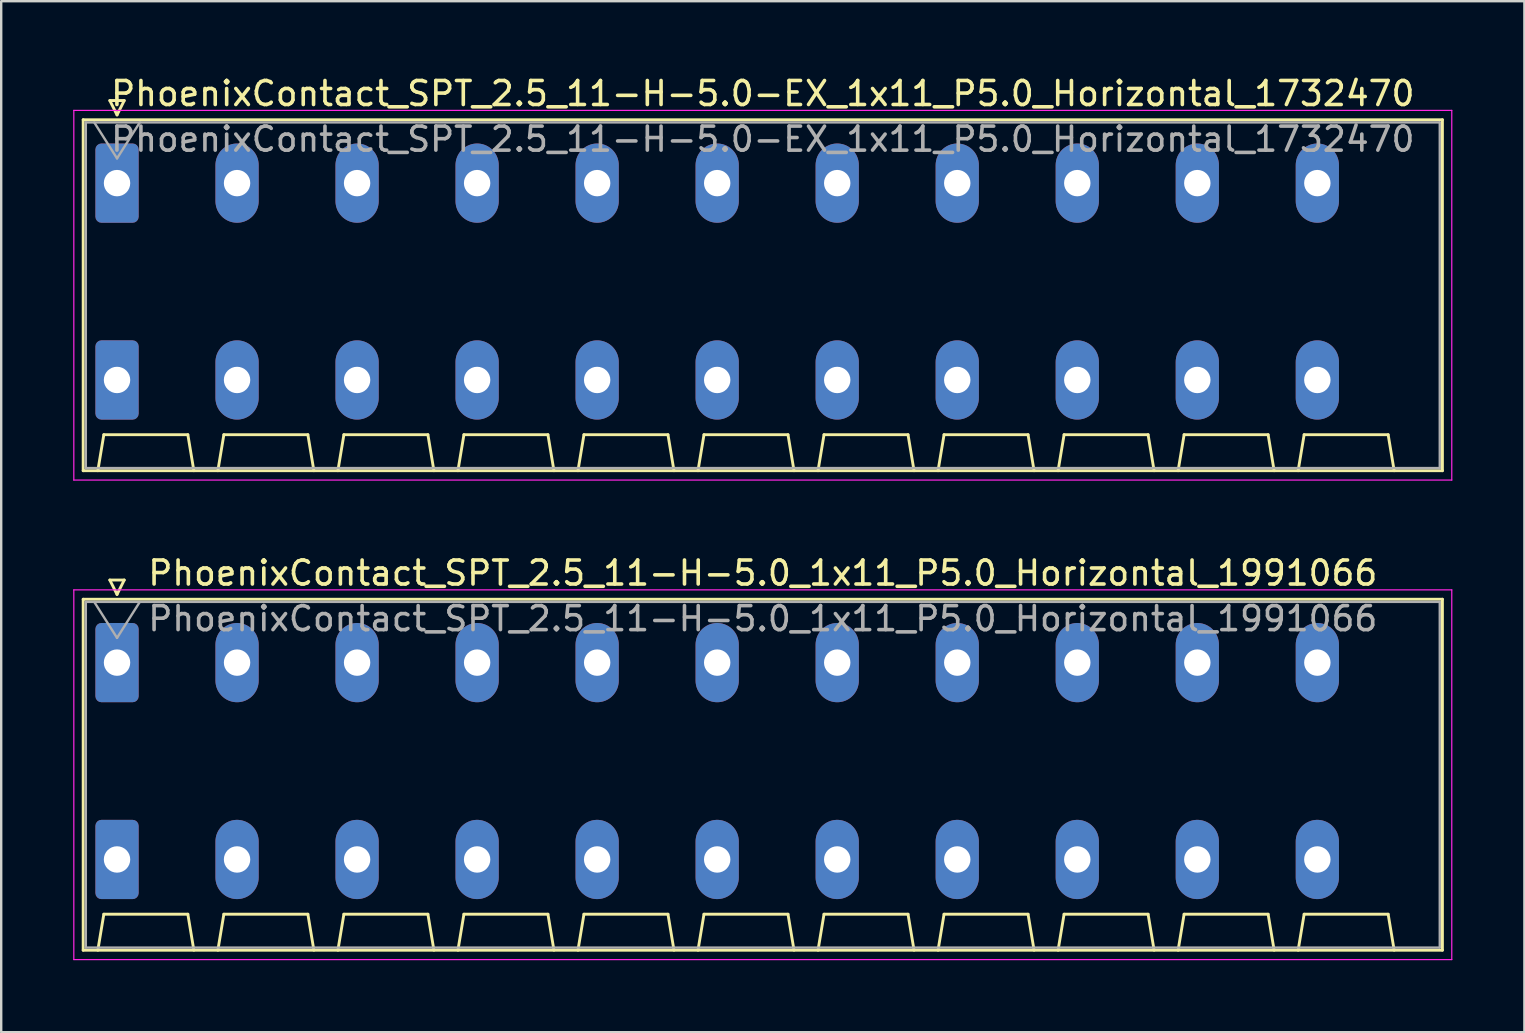
<source format=kicad_pcb>
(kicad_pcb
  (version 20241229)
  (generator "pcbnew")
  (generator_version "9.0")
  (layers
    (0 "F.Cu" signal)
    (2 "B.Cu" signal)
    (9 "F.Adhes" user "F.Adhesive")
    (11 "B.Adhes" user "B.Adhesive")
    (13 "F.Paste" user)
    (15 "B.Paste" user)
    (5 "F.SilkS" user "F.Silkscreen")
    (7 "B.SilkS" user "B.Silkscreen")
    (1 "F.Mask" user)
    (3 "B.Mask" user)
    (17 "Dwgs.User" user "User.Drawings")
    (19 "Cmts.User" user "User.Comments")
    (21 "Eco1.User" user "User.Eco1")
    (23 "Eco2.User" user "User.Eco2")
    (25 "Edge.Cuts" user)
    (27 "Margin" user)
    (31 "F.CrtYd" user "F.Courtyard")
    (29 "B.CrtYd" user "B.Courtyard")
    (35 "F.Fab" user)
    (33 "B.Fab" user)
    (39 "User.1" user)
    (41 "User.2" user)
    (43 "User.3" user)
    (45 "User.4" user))
  (footprint "PhoenixContact_SPT_2.5_11-H-5.0-EX_1x11_P5.0_Horizontal_1732470"
    (layer "F.Cu")
    (at 1.825 4.578)
    (property "Reference" "PhoenixContact_SPT_2.5_11-H-5.0-EX_1x11_P5.0_Horizontal_1732470" (at 26.9 -3.73 0) (layer "F.SilkS") (effects (font (size 1 1) (thickness 0.15))))
    (attr through_hole)
    (fp_line (start -1.41 -2.64) (end 55.21 -2.64) (stroke (width 0.12) (type solid)) (layer "F.SilkS"))
    (fp_line (start -1.41 11.98) (end -1.41 -2.64) (stroke (width 0.12) (type solid)) (layer "F.SilkS"))
    (fp_line (start -0.8 11.98) (end -0.55 10.48) (stroke (width 0.12) (type solid)) (layer "F.SilkS"))
    (fp_line (start -0.55 10.48) (end 2.95 10.48) (stroke (width 0.12) (type solid)) (layer "F.SilkS"))
    (fp_line (start -0.3 -3.44) (end 0 -2.84) (stroke (width 0.12) (type solid)) (layer "F.SilkS"))
    (fp_line (start -0.3 -3.44) (end 0.3 -3.44) (stroke (width 0.12) (type solid)) (layer "F.SilkS"))
    (fp_line (start 0.3 -3.44) (end 0 -2.84) (stroke (width 0.12) (type solid)) (layer "F.SilkS"))
    (fp_line (start 3.2 11.98) (end 2.95 10.48) (stroke (width 0.12) (type solid)) (layer "F.SilkS"))
    (fp_line (start 4.2 11.98) (end 4.45 10.48) (stroke (width 0.12) (type solid)) (layer "F.SilkS"))
    (fp_line (start 4.45 10.48) (end 7.95 10.48) (stroke (width 0.12) (type solid)) (layer "F.SilkS"))
    (fp_line (start 8.2 11.98) (end 7.95 10.48) (stroke (width 0.12) (type solid)) (layer "F.SilkS"))
    (fp_line (start 9.2 11.98) (end 9.45 10.48) (stroke (width 0.12) (type solid)) (layer "F.SilkS"))
    (fp_line (start 9.45 10.48) (end 12.95 10.48) (stroke (width 0.12) (type solid)) (layer "F.SilkS"))
    (fp_line (start 13.2 11.98) (end 12.95 10.48) (stroke (width 0.12) (type solid)) (layer "F.SilkS"))
    (fp_line (start 14.2 11.98) (end 14.45 10.48) (stroke (width 0.12) (type solid)) (layer "F.SilkS"))
    (fp_line (start 14.45 10.48) (end 17.95 10.48) (stroke (width 0.12) (type solid)) (layer "F.SilkS"))
    (fp_line (start 18.2 11.98) (end 17.95 10.48) (stroke (width 0.12) (type solid)) (layer "F.SilkS"))
    (fp_line (start 19.2 11.98) (end 19.45 10.48) (stroke (width 0.12) (type solid)) (layer "F.SilkS"))
    (fp_line (start 19.45 10.48) (end 22.95 10.48) (stroke (width 0.12) (type solid)) (layer "F.SilkS"))
    (fp_line (start 23.2 11.98) (end 22.95 10.48) (stroke (width 0.12) (type solid)) (layer "F.SilkS"))
    (fp_line (start 24.2 11.98) (end 24.45 10.48) (stroke (width 0.12) (type solid)) (layer "F.SilkS"))
    (fp_line (start 24.45 10.48) (end 27.95 10.48) (stroke (width 0.12) (type solid)) (layer "F.SilkS"))
    (fp_line (start 28.2 11.98) (end 27.95 10.48) (stroke (width 0.12) (type solid)) (layer "F.SilkS"))
    (fp_line (start 29.2 11.98) (end 29.45 10.48) (stroke (width 0.12) (type solid)) (layer "F.SilkS"))
    (fp_line (start 29.45 10.48) (end 32.95 10.48) (stroke (width 0.12) (type solid)) (layer "F.SilkS"))
    (fp_line (start 33.2 11.98) (end 32.95 10.48) (stroke (width 0.12) (type solid)) (layer "F.SilkS"))
    (fp_line (start 34.2 11.98) (end 34.45 10.48) (stroke (width 0.12) (type solid)) (layer "F.SilkS"))
    (fp_line (start 34.45 10.48) (end 37.95 10.48) (stroke (width 0.12) (type solid)) (layer "F.SilkS"))
    (fp_line (start 38.2 11.98) (end 37.95 10.48) (stroke (width 0.12) (type solid)) (layer "F.SilkS"))
    (fp_line (start 39.2 11.98) (end 39.45 10.48) (stroke (width 0.12) (type solid)) (layer "F.SilkS"))
    (fp_line (start 39.45 10.48) (end 42.95 10.48) (stroke (width 0.12) (type solid)) (layer "F.SilkS"))
    (fp_line (start 43.2 11.98) (end 42.95 10.48) (stroke (width 0.12) (type solid)) (layer "F.SilkS"))
    (fp_line (start 44.2 11.98) (end 44.45 10.48) (stroke (width 0.12) (type solid)) (layer "F.SilkS"))
    (fp_line (start 44.45 10.48) (end 47.95 10.48) (stroke (width 0.12) (type solid)) (layer "F.SilkS"))
    (fp_line (start 48.2 11.98) (end 47.95 10.48) (stroke (width 0.12) (type solid)) (layer "F.SilkS"))
    (fp_line (start 49.2 11.98) (end 49.45 10.48) (stroke (width 0.12) (type solid)) (layer "F.SilkS"))
    (fp_line (start 49.45 10.48) (end 52.95 10.48) (stroke (width 0.12) (type solid)) (layer "F.SilkS"))
    (fp_line (start 53.2 11.98) (end 52.95 10.48) (stroke (width 0.12) (type solid)) (layer "F.SilkS"))
    (fp_line (start 55.21 -2.64) (end 55.21 11.98) (stroke (width 0.12) (type solid)) (layer "F.SilkS"))
    (fp_line (start 55.21 11.98) (end -1.41 11.98) (stroke (width 0.12) (type solid)) (layer "F.SilkS"))
    (fp_line (start -1.8 -3.03) (end -1.8 12.37) (stroke (width 0.05) (type solid)) (layer "F.CrtYd"))
    (fp_line (start -1.8 12.37) (end 55.6 12.37) (stroke (width 0.05) (type solid)) (layer "F.CrtYd"))
    (fp_line (start 55.6 -3.03) (end -1.8 -3.03) (stroke (width 0.05) (type solid)) (layer "F.CrtYd"))
    (fp_line (start 55.6 12.37) (end 55.6 -3.03) (stroke (width 0.05) (type solid)) (layer "F.CrtYd"))
    (fp_line (start -1.3 -2.53) (end -1.3 11.87) (stroke (width 0.1) (type solid)) (layer "F.Fab"))
    (fp_line (start -1.3 11.87) (end 55.1 11.87) (stroke (width 0.1) (type solid)) (layer "F.Fab"))
    (fp_line (start -0.95 -2.53) (end 0 -1.03) (stroke (width 0.1) (type solid)) (layer "F.Fab"))
    (fp_line (start 0.95 -2.53) (end 0 -1.03) (stroke (width 0.1) (type solid)) (layer "F.Fab"))
    (fp_line (start 55.1 -2.53) (end -1.3 -2.53) (stroke (width 0.1) (type solid)) (layer "F.Fab"))
    (fp_line (start 55.1 11.87) (end 55.1 -2.53) (stroke (width 0.1) (type solid)) (layer "F.Fab"))
    (fp_text user "${REFERENCE}" (at 26.9 -1.83 0) (layer "F.Fab") (effects (font (size 1 1) (thickness 0.15))))
    (pad "1" thru_hole roundrect (at 0 0) (size 1.8 3.3) (drill 1.1) (layers "*.Cu" "*.Mask") (roundrect_rratio 0.139))
    (pad "1" thru_hole roundrect (at 0 8.2) (size 1.8 3.3) (drill 1.1) (layers "*.Cu" "*.Mask") (roundrect_rratio 0.139))
    (pad "2" thru_hole oval (at 5 0) (size 1.8 3.3) (drill 1.1) (layers "*.Cu" "*.Mask"))
    (pad "2" thru_hole oval (at 5 8.2) (size 1.8 3.3) (drill 1.1) (layers "*.Cu" "*.Mask"))
    (pad "3" thru_hole oval (at 10 0) (size 1.8 3.3) (drill 1.1) (layers "*.Cu" "*.Mask"))
    (pad "3" thru_hole oval (at 10 8.2) (size 1.8 3.3) (drill 1.1) (layers "*.Cu" "*.Mask"))
    (pad "4" thru_hole oval (at 15 0) (size 1.8 3.3) (drill 1.1) (layers "*.Cu" "*.Mask"))
    (pad "4" thru_hole oval (at 15 8.2) (size 1.8 3.3) (drill 1.1) (layers "*.Cu" "*.Mask"))
    (pad "5" thru_hole oval (at 20 0) (size 1.8 3.3) (drill 1.1) (layers "*.Cu" "*.Mask"))
    (pad "5" thru_hole oval (at 20 8.2) (size 1.8 3.3) (drill 1.1) (layers "*.Cu" "*.Mask"))
    (pad "6" thru_hole oval (at 25 0) (size 1.8 3.3) (drill 1.1) (layers "*.Cu" "*.Mask"))
    (pad "6" thru_hole oval (at 25 8.2) (size 1.8 3.3) (drill 1.1) (layers "*.Cu" "*.Mask"))
    (pad "7" thru_hole oval (at 30 0) (size 1.8 3.3) (drill 1.1) (layers "*.Cu" "*.Mask"))
    (pad "7" thru_hole oval (at 30 8.2) (size 1.8 3.3) (drill 1.1) (layers "*.Cu" "*.Mask"))
    (pad "8" thru_hole oval (at 35 0) (size 1.8 3.3) (drill 1.1) (layers "*.Cu" "*.Mask"))
    (pad "8" thru_hole oval (at 35 8.2) (size 1.8 3.3) (drill 1.1) (layers "*.Cu" "*.Mask"))
    (pad "9" thru_hole oval (at 40 0) (size 1.8 3.3) (drill 1.1) (layers "*.Cu" "*.Mask"))
    (pad "9" thru_hole oval (at 40 8.2) (size 1.8 3.3) (drill 1.1) (layers "*.Cu" "*.Mask"))
    (pad "10" thru_hole oval (at 45 0) (size 1.8 3.3) (drill 1.1) (layers "*.Cu" "*.Mask"))
    (pad "10" thru_hole oval (at 45 8.2) (size 1.8 3.3) (drill 1.1) (layers "*.Cu" "*.Mask"))
    (pad "11" thru_hole oval (at 50 0) (size 1.8 3.3) (drill 1.1) (layers "*.Cu" "*.Mask"))
    (pad "11" thru_hole oval (at 50 8.2) (size 1.8 3.3) (drill 1.1) (layers "*.Cu" "*.Mask")))
  (footprint "PhoenixContact_SPT_2.5_11-H-5.0_1x11_P5.0_Horizontal_1991066"
    (layer "F.Cu")
    (at 1.825 24.552)
    (property "Reference" "PhoenixContact_SPT_2.5_11-H-5.0_1x11_P5.0_Horizontal_1991066" (at 26.9 -3.73 0) (layer "F.SilkS") (effects (font (size 1 1) (thickness 0.15))))
    (attr through_hole)
    (fp_line (start -1.41 -2.64) (end 55.21 -2.64) (stroke (width 0.12) (type solid)) (layer "F.SilkS"))
    (fp_line (start -1.41 11.98) (end -1.41 -2.64) (stroke (width 0.12) (type solid)) (layer "F.SilkS"))
    (fp_line (start -0.8 11.98) (end -0.55 10.48) (stroke (width 0.12) (type solid)) (layer "F.SilkS"))
    (fp_line (start -0.55 10.48) (end 2.95 10.48) (stroke (width 0.12) (type solid)) (layer "F.SilkS"))
    (fp_line (start -0.3 -3.44) (end 0 -2.84) (stroke (width 0.12) (type solid)) (layer "F.SilkS"))
    (fp_line (start -0.3 -3.44) (end 0.3 -3.44) (stroke (width 0.12) (type solid)) (layer "F.SilkS"))
    (fp_line (start 0.3 -3.44) (end 0 -2.84) (stroke (width 0.12) (type solid)) (layer "F.SilkS"))
    (fp_line (start 3.2 11.98) (end 2.95 10.48) (stroke (width 0.12) (type solid)) (layer "F.SilkS"))
    (fp_line (start 4.2 11.98) (end 4.45 10.48) (stroke (width 0.12) (type solid)) (layer "F.SilkS"))
    (fp_line (start 4.45 10.48) (end 7.95 10.48) (stroke (width 0.12) (type solid)) (layer "F.SilkS"))
    (fp_line (start 8.2 11.98) (end 7.95 10.48) (stroke (width 0.12) (type solid)) (layer "F.SilkS"))
    (fp_line (start 9.2 11.98) (end 9.45 10.48) (stroke (width 0.12) (type solid)) (layer "F.SilkS"))
    (fp_line (start 9.45 10.48) (end 12.95 10.48) (stroke (width 0.12) (type solid)) (layer "F.SilkS"))
    (fp_line (start 13.2 11.98) (end 12.95 10.48) (stroke (width 0.12) (type solid)) (layer "F.SilkS"))
    (fp_line (start 14.2 11.98) (end 14.45 10.48) (stroke (width 0.12) (type solid)) (layer "F.SilkS"))
    (fp_line (start 14.45 10.48) (end 17.95 10.48) (stroke (width 0.12) (type solid)) (layer "F.SilkS"))
    (fp_line (start 18.2 11.98) (end 17.95 10.48) (stroke (width 0.12) (type solid)) (layer "F.SilkS"))
    (fp_line (start 19.2 11.98) (end 19.45 10.48) (stroke (width 0.12) (type solid)) (layer "F.SilkS"))
    (fp_line (start 19.45 10.48) (end 22.95 10.48) (stroke (width 0.12) (type solid)) (layer "F.SilkS"))
    (fp_line (start 23.2 11.98) (end 22.95 10.48) (stroke (width 0.12) (type solid)) (layer "F.SilkS"))
    (fp_line (start 24.2 11.98) (end 24.45 10.48) (stroke (width 0.12) (type solid)) (layer "F.SilkS"))
    (fp_line (start 24.45 10.48) (end 27.95 10.48) (stroke (width 0.12) (type solid)) (layer "F.SilkS"))
    (fp_line (start 28.2 11.98) (end 27.95 10.48) (stroke (width 0.12) (type solid)) (layer "F.SilkS"))
    (fp_line (start 29.2 11.98) (end 29.45 10.48) (stroke (width 0.12) (type solid)) (layer "F.SilkS"))
    (fp_line (start 29.45 10.48) (end 32.95 10.48) (stroke (width 0.12) (type solid)) (layer "F.SilkS"))
    (fp_line (start 33.2 11.98) (end 32.95 10.48) (stroke (width 0.12) (type solid)) (layer "F.SilkS"))
    (fp_line (start 34.2 11.98) (end 34.45 10.48) (stroke (width 0.12) (type solid)) (layer "F.SilkS"))
    (fp_line (start 34.45 10.48) (end 37.95 10.48) (stroke (width 0.12) (type solid)) (layer "F.SilkS"))
    (fp_line (start 38.2 11.98) (end 37.95 10.48) (stroke (width 0.12) (type solid)) (layer "F.SilkS"))
    (fp_line (start 39.2 11.98) (end 39.45 10.48) (stroke (width 0.12) (type solid)) (layer "F.SilkS"))
    (fp_line (start 39.45 10.48) (end 42.95 10.48) (stroke (width 0.12) (type solid)) (layer "F.SilkS"))
    (fp_line (start 43.2 11.98) (end 42.95 10.48) (stroke (width 0.12) (type solid)) (layer "F.SilkS"))
    (fp_line (start 44.2 11.98) (end 44.45 10.48) (stroke (width 0.12) (type solid)) (layer "F.SilkS"))
    (fp_line (start 44.45 10.48) (end 47.95 10.48) (stroke (width 0.12) (type solid)) (layer "F.SilkS"))
    (fp_line (start 48.2 11.98) (end 47.95 10.48) (stroke (width 0.12) (type solid)) (layer "F.SilkS"))
    (fp_line (start 49.2 11.98) (end 49.45 10.48) (stroke (width 0.12) (type solid)) (layer "F.SilkS"))
    (fp_line (start 49.45 10.48) (end 52.95 10.48) (stroke (width 0.12) (type solid)) (layer "F.SilkS"))
    (fp_line (start 53.2 11.98) (end 52.95 10.48) (stroke (width 0.12) (type solid)) (layer "F.SilkS"))
    (fp_line (start 55.21 -2.64) (end 55.21 11.98) (stroke (width 0.12) (type solid)) (layer "F.SilkS"))
    (fp_line (start 55.21 11.98) (end -1.41 11.98) (stroke (width 0.12) (type solid)) (layer "F.SilkS"))
    (fp_line (start -1.8 -3.03) (end -1.8 12.37) (stroke (width 0.05) (type solid)) (layer "F.CrtYd"))
    (fp_line (start -1.8 12.37) (end 55.6 12.37) (stroke (width 0.05) (type solid)) (layer "F.CrtYd"))
    (fp_line (start 55.6 -3.03) (end -1.8 -3.03) (stroke (width 0.05) (type solid)) (layer "F.CrtYd"))
    (fp_line (start 55.6 12.37) (end 55.6 -3.03) (stroke (width 0.05) (type solid)) (layer "F.CrtYd"))
    (fp_line (start -1.3 -2.53) (end -1.3 11.87) (stroke (width 0.1) (type solid)) (layer "F.Fab"))
    (fp_line (start -1.3 11.87) (end 55.1 11.87) (stroke (width 0.1) (type solid)) (layer "F.Fab"))
    (fp_line (start -0.95 -2.53) (end 0 -1.03) (stroke (width 0.1) (type solid)) (layer "F.Fab"))
    (fp_line (start 0.95 -2.53) (end 0 -1.03) (stroke (width 0.1) (type solid)) (layer "F.Fab"))
    (fp_line (start 55.1 -2.53) (end -1.3 -2.53) (stroke (width 0.1) (type solid)) (layer "F.Fab"))
    (fp_line (start 55.1 11.87) (end 55.1 -2.53) (stroke (width 0.1) (type solid)) (layer "F.Fab"))
    (fp_text user "${REFERENCE}" (at 26.9 -1.83 0) (layer "F.Fab") (effects (font (size 1 1) (thickness 0.15))))
    (pad "1" thru_hole roundrect (at 0 0) (size 1.8 3.3) (drill 1.1) (layers "*.Cu" "*.Mask") (roundrect_rratio 0.139))
    (pad "1" thru_hole roundrect (at 0 8.2) (size 1.8 3.3) (drill 1.1) (layers "*.Cu" "*.Mask") (roundrect_rratio 0.139))
    (pad "2" thru_hole oval (at 5 0) (size 1.8 3.3) (drill 1.1) (layers "*.Cu" "*.Mask"))
    (pad "2" thru_hole oval (at 5 8.2) (size 1.8 3.3) (drill 1.1) (layers "*.Cu" "*.Mask"))
    (pad "3" thru_hole oval (at 10 0) (size 1.8 3.3) (drill 1.1) (layers "*.Cu" "*.Mask"))
    (pad "3" thru_hole oval (at 10 8.2) (size 1.8 3.3) (drill 1.1) (layers "*.Cu" "*.Mask"))
    (pad "4" thru_hole oval (at 15 0) (size 1.8 3.3) (drill 1.1) (layers "*.Cu" "*.Mask"))
    (pad "4" thru_hole oval (at 15 8.2) (size 1.8 3.3) (drill 1.1) (layers "*.Cu" "*.Mask"))
    (pad "5" thru_hole oval (at 20 0) (size 1.8 3.3) (drill 1.1) (layers "*.Cu" "*.Mask"))
    (pad "5" thru_hole oval (at 20 8.2) (size 1.8 3.3) (drill 1.1) (layers "*.Cu" "*.Mask"))
    (pad "6" thru_hole oval (at 25 0) (size 1.8 3.3) (drill 1.1) (layers "*.Cu" "*.Mask"))
    (pad "6" thru_hole oval (at 25 8.2) (size 1.8 3.3) (drill 1.1) (layers "*.Cu" "*.Mask"))
    (pad "7" thru_hole oval (at 30 0) (size 1.8 3.3) (drill 1.1) (layers "*.Cu" "*.Mask"))
    (pad "7" thru_hole oval (at 30 8.2) (size 1.8 3.3) (drill 1.1) (layers "*.Cu" "*.Mask"))
    (pad "8" thru_hole oval (at 35 0) (size 1.8 3.3) (drill 1.1) (layers "*.Cu" "*.Mask"))
    (pad "8" thru_hole oval (at 35 8.2) (size 1.8 3.3) (drill 1.1) (layers "*.Cu" "*.Mask"))
    (pad "9" thru_hole oval (at 40 0) (size 1.8 3.3) (drill 1.1) (layers "*.Cu" "*.Mask"))
    (pad "9" thru_hole oval (at 40 8.2) (size 1.8 3.3) (drill 1.1) (layers "*.Cu" "*.Mask"))
    (pad "10" thru_hole oval (at 45 0) (size 1.8 3.3) (drill 1.1) (layers "*.Cu" "*.Mask"))
    (pad "10" thru_hole oval (at 45 8.2) (size 1.8 3.3) (drill 1.1) (layers "*.Cu" "*.Mask"))
    (pad "11" thru_hole oval (at 50 0) (size 1.8 3.3) (drill 1.1) (layers "*.Cu" "*.Mask"))
    (pad "11" thru_hole oval (at 50 8.2) (size 1.8 3.3) (drill 1.1) (layers "*.Cu" "*.Mask")))
  (gr_rect
    (start -3 -3)
    (end 60.45 39.947)
    (stroke (width 0.1) (type default))
    (fill no)
    (layer "Edge.Cuts")))
</source>
